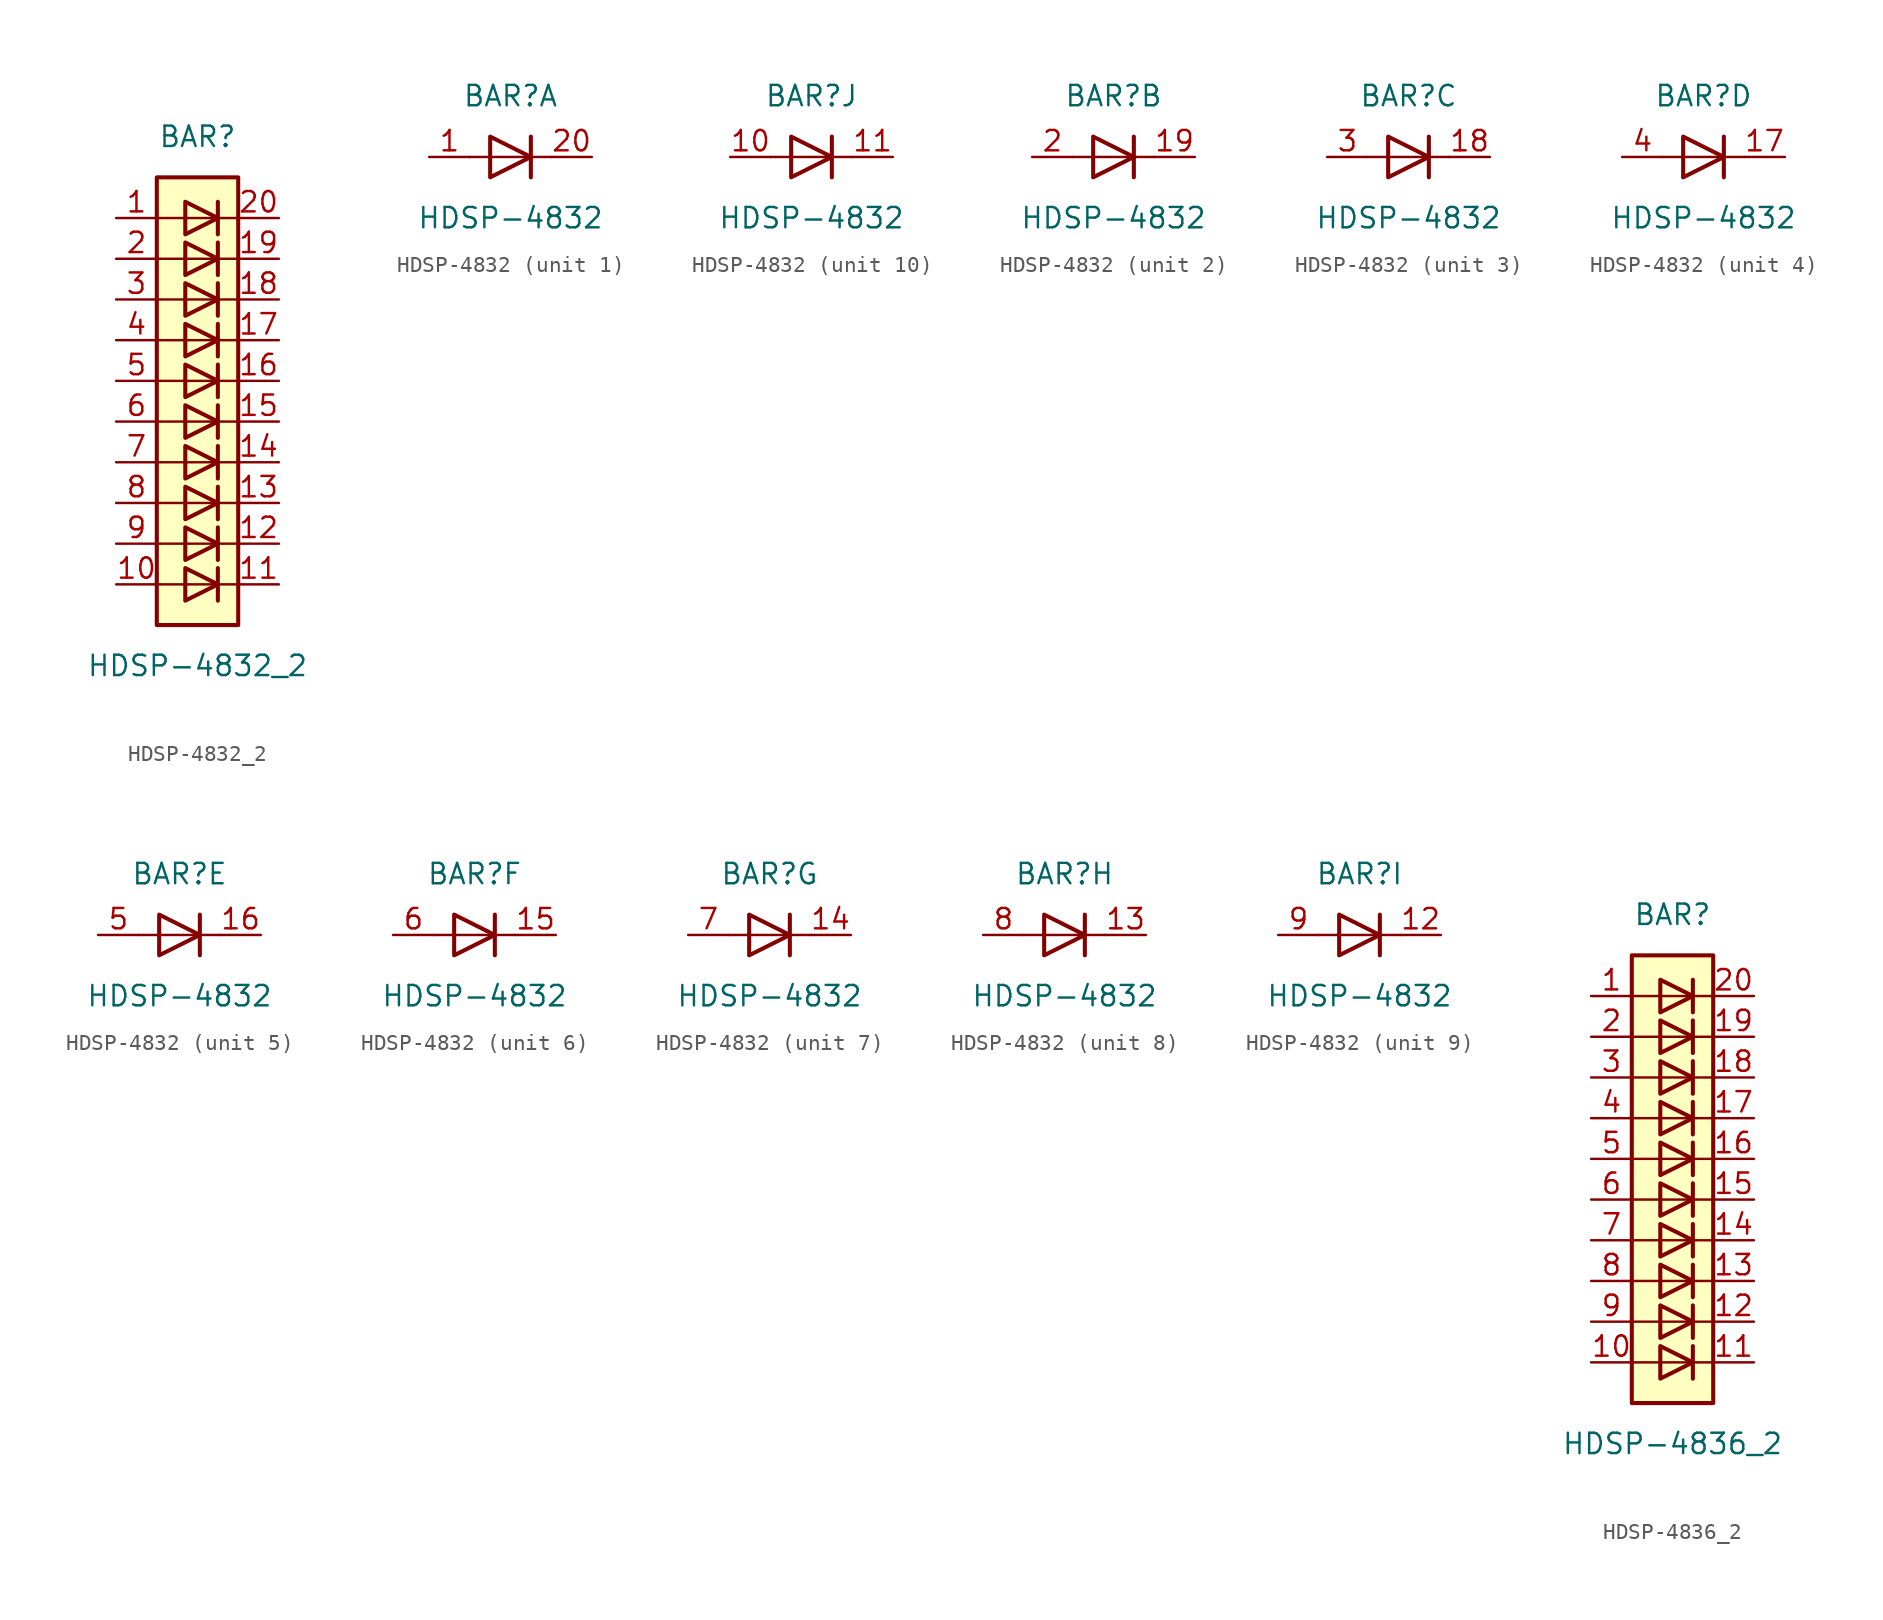
<source format=kicad_sym>
(kicad_symbol_lib
  (version 20241209)
  (generator "kicad_symbol_editor")
  (generator_version "9.0")
  (symbol "HDSP-4832_2"
    (pin_names
      (offset 1.016)
      (hide yes))
    (property "Reference" "BAR"
      (at 0 15.24 0)
      (effects (font (size 1.27 1.27))))
    (property "Value" "HDSP-4832_2"
      (at 0 -17.78 0)
      (effects (font (size 1.27 1.27))))
    (symbol "HDSP-4832_2_0_1"
      (rectangle (start -2.54 12.7) (end 2.54 -15.24) (stroke (width 0.254) (type default)) (fill (type background)))
      (polyline (pts (xy -2.54 10.16) (xy 2.54 10.16)) (stroke (width 0) (type default)) (fill (type none)))
      (polyline (pts (xy -2.54 7.62) (xy 2.54 7.62)) (stroke (width 0) (type default)) (fill (type none)))
      (polyline (pts (xy -2.54 5.08) (xy 2.54 5.08)) (stroke (width 0) (type default)) (fill (type none)))
      (polyline (pts (xy -2.54 0) (xy 2.54 0)) (stroke (width 0) (type default)) (fill (type none)))
      (polyline (pts (xy -2.54 -5.08) (xy 2.54 -5.08)) (stroke (width 0) (type default)) (fill (type none)))
      (polyline (pts (xy -2.54 -7.62) (xy 2.54 -7.62)) (stroke (width 0) (type default)) (fill (type none)))
      (polyline (pts (xy -2.54 -10.16) (xy 2.54 -10.16)) (stroke (width 0) (type default)) (fill (type none)))
      (polyline (pts (xy -2.54 -12.7) (xy 2.54 -12.7)) (stroke (width 0) (type default)) (fill (type none)))
      (polyline (pts (xy -0.762 11.176) (xy -0.762 9.144) (xy 1.27 10.16) (xy -0.762 11.176)) (stroke (width 0.254) (type default)) (fill (type none)))
      (polyline (pts (xy -0.762 8.636) (xy -0.762 6.604) (xy 1.27 7.62) (xy -0.762 8.636)) (stroke (width 0.254) (type default)) (fill (type none)))
      (polyline (pts (xy -0.762 6.096) (xy -0.762 4.064) (xy 1.27 5.08) (xy -0.762 6.096)) (stroke (width 0.254) (type default)) (fill (type none)))
      (polyline (pts (xy -0.762 3.556) (xy -0.762 1.524) (xy 1.27 2.54) (xy -0.762 3.556)) (stroke (width 0.254) (type default)) (fill (type none)))
      (polyline (pts (xy -0.762 1.016) (xy -0.762 -1.016) (xy 1.27 0) (xy -0.762 1.016)) (stroke (width 0.254) (type default)) (fill (type none)))
      (polyline (pts (xy -0.762 -1.524) (xy -0.762 -3.556) (xy 1.27 -2.54) (xy -0.762 -1.524)) (stroke (width 0.254) (type default)) (fill (type none)))
      (polyline (pts (xy -0.762 -4.064) (xy -0.762 -6.096) (xy 1.27 -5.08) (xy -0.762 -4.064)) (stroke (width 0.254) (type default)) (fill (type none)))
      (polyline (pts (xy -0.762 -6.604) (xy -0.762 -8.636) (xy 1.27 -7.62) (xy -0.762 -6.604)) (stroke (width 0.254) (type default)) (fill (type none)))
      (polyline (pts (xy -0.762 -9.144) (xy -0.762 -11.176) (xy 1.27 -10.16) (xy -0.762 -9.144)) (stroke (width 0.254) (type default)) (fill (type none)))
      (polyline (pts (xy -0.762 -11.684) (xy -0.762 -13.716) (xy 1.27 -12.7) (xy -0.762 -11.684)) (stroke (width 0.254) (type default)) (fill (type none)))
      (polyline (pts (xy 1.27 11.176) (xy 1.27 9.144)) (stroke (width 0.254) (type default)) (fill (type none)))
      (polyline (pts (xy 1.27 8.636) (xy 1.27 6.604)) (stroke (width 0.254) (type default)) (fill (type none)))
      (polyline (pts (xy 1.27 6.096) (xy 1.27 4.064)) (stroke (width 0.254) (type default)) (fill (type none)))
      (polyline (pts (xy 1.27 3.556) (xy 1.27 1.524)) (stroke (width 0.254) (type default)) (fill (type none)))
      (polyline (pts (xy 1.27 1.016) (xy 1.27 -1.016)) (stroke (width 0.254) (type default)) (fill (type none)))
      (polyline (pts (xy 1.27 -1.524) (xy 1.27 -3.556)) (stroke (width 0.254) (type default)) (fill (type none)))
      (polyline (pts (xy 1.27 -4.064) (xy 1.27 -6.096)) (stroke (width 0.254) (type default)) (fill (type none)))
      (polyline (pts (xy 1.27 -6.604) (xy 1.27 -8.636)) (stroke (width 0.254) (type default)) (fill (type none)))
      (polyline (pts (xy 1.27 -9.144) (xy 1.27 -11.176)) (stroke (width 0.254) (type default)) (fill (type none)))
      (polyline (pts (xy 1.27 -11.684) (xy 1.27 -13.716)) (stroke (width 0.254) (type default)) (fill (type none)))
      (polyline (pts (xy 2.54 2.54) (xy -2.54 2.54)) (stroke (width 0) (type default)) (fill (type none)))
      (polyline (pts (xy 2.54 -2.54) (xy -2.54 -2.54)) (stroke (width 0) (type default)) (fill (type none))))
    (symbol "HDSP-4832_2_1_1"
      (pin passive line (at -5.08 10.16 0) (length 2.54) (name "A" (effects (font (size 1.27 1.27)))) (number "1" (effects (font (size 1.27 1.27)))))
      (pin passive line (at -5.08 7.62 0) (length 2.54) (name "A" (effects (font (size 1.27 1.27)))) (number "2" (effects (font (size 1.27 1.27)))))
      (pin passive line (at -5.08 5.08 0) (length 2.54) (name "A" (effects (font (size 1.27 1.27)))) (number "3" (effects (font (size 1.27 1.27)))))
      (pin passive line (at -5.08 2.54 0) (length 2.54) (name "A" (effects (font (size 1.27 1.27)))) (number "4" (effects (font (size 1.27 1.27)))))
      (pin passive line (at -5.08 0 0) (length 2.54) (name "A" (effects (font (size 1.27 1.27)))) (number "5" (effects (font (size 1.27 1.27)))))
      (pin passive line (at -5.08 -2.54 0) (length 2.54) (name "A" (effects (font (size 1.27 1.27)))) (number "6" (effects (font (size 1.27 1.27)))))
      (pin passive line (at -5.08 -5.08 0) (length 2.54) (name "A" (effects (font (size 1.27 1.27)))) (number "7" (effects (font (size 1.27 1.27)))))
      (pin passive line (at -5.08 -7.62 0) (length 2.54) (name "A" (effects (font (size 1.27 1.27)))) (number "8" (effects (font (size 1.27 1.27)))))
      (pin passive line (at -5.08 -10.16 0) (length 2.54) (name "A" (effects (font (size 1.27 1.27)))) (number "9" (effects (font (size 1.27 1.27)))))
      (pin passive line (at -5.08 -12.7 0) (length 2.54) (name "A" (effects (font (size 1.27 1.27)))) (number "10" (effects (font (size 1.27 1.27)))))
      (pin passive line (at 5.08 10.16 180) (length 2.54) (name "K" (effects (font (size 1.27 1.27)))) (number "20" (effects (font (size 1.27 1.27)))))
      (pin passive line (at 5.08 7.62 180) (length 2.54) (name "K" (effects (font (size 1.27 1.27)))) (number "19" (effects (font (size 1.27 1.27)))))
      (pin passive line (at 5.08 5.08 180) (length 2.54) (name "K" (effects (font (size 1.27 1.27)))) (number "18" (effects (font (size 1.27 1.27)))))
      (pin passive line (at 5.08 2.54 180) (length 2.54) (name "K" (effects (font (size 1.27 1.27)))) (number "17" (effects (font (size 1.27 1.27)))))
      (pin passive line (at 5.08 0 180) (length 2.54) (name "K" (effects (font (size 1.27 1.27)))) (number "16" (effects (font (size 1.27 1.27)))))
      (pin passive line (at 5.08 -2.54 180) (length 2.54) (name "K" (effects (font (size 1.27 1.27)))) (number "15" (effects (font (size 1.27 1.27)))))
      (pin passive line (at 5.08 -5.08 180) (length 2.54) (name "K" (effects (font (size 1.27 1.27)))) (number "14" (effects (font (size 1.27 1.27)))))
      (pin passive line (at 5.08 -7.62 180) (length 2.54) (name "K" (effects (font (size 1.27 1.27)))) (number "13" (effects (font (size 1.27 1.27)))))
      (pin passive line (at 5.08 -10.16 180) (length 2.54) (name "K" (effects (font (size 1.27 1.27)))) (number "12" (effects (font (size 1.27 1.27)))))
      (pin passive line (at 5.08 -12.7 180) (length 2.54) (name "K" (effects (font (size 1.27 1.27)))) (number "11" (effects (font (size 1.27 1.27)))))))
  (symbol "HDSP-4832"
    (pin_names
      (offset 1.016)
      (hide yes))
    (property "Reference" "BAR"
      (at 0 3.81 0)
      (effects (font (size 1.27 1.27))))
    (property "Value" "HDSP-4832"
      (at 0 -3.81 0)
      (effects (font (size 1.27 1.27))))
    (symbol "HDSP-4832_0_1"
      (polyline (pts (xy -2.54 0) (xy 2.54 0)) (stroke (width 0) (type default)) (fill (type none)))
      (polyline (pts (xy -1.27 1.27) (xy -1.27 -1.27) (xy 1.27 0) (xy -1.27 1.27)) (stroke (width 0.254) (type default)) (fill (type none)))
      (polyline (pts (xy 1.27 -1.27) (xy 1.27 1.27)) (stroke (width 0.254) (type default)) (fill (type none))))
    (symbol "HDSP-4832_1_1"
      (pin passive line (at -5.08 0 0) (length 2.54) (name "A" (effects (font (size 1.27 1.27)))) (number "1" (effects (font (size 1.27 1.27)))))
      (pin passive line (at 5.08 0 180) (length 2.54) (name "K" (effects (font (size 1.27 1.27)))) (number "20" (effects (font (size 1.27 1.27))))))
    (symbol "HDSP-4832_2_1"
      (pin passive line (at -5.08 0 0) (length 2.54) (name "A" (effects (font (size 1.27 1.27)))) (number "2" (effects (font (size 1.27 1.27)))))
      (pin passive line (at 5.08 0 180) (length 2.54) (name "K" (effects (font (size 1.27 1.27)))) (number "19" (effects (font (size 1.27 1.27))))))
    (symbol "HDSP-4832_3_1"
      (pin passive line (at -5.08 0 0) (length 2.54) (name "A" (effects (font (size 1.27 1.27)))) (number "3" (effects (font (size 1.27 1.27)))))
      (pin passive line (at 5.08 0 180) (length 2.54) (name "K" (effects (font (size 1.27 1.27)))) (number "18" (effects (font (size 1.27 1.27))))))
    (symbol "HDSP-4832_4_1"
      (pin passive line (at -5.08 0 0) (length 2.54) (name "A" (effects (font (size 1.27 1.27)))) (number "4" (effects (font (size 1.27 1.27)))))
      (pin passive line (at 5.08 0 180) (length 2.54) (name "K" (effects (font (size 1.27 1.27)))) (number "17" (effects (font (size 1.27 1.27))))))
    (symbol "HDSP-4832_5_1"
      (pin passive line (at -5.08 0 0) (length 2.54) (name "A" (effects (font (size 1.27 1.27)))) (number "5" (effects (font (size 1.27 1.27)))))
      (pin passive line (at 5.08 0 180) (length 2.54) (name "K" (effects (font (size 1.27 1.27)))) (number "16" (effects (font (size 1.27 1.27))))))
    (symbol "HDSP-4832_6_1"
      (pin passive line (at -5.08 0 0) (length 2.54) (name "A" (effects (font (size 1.27 1.27)))) (number "6" (effects (font (size 1.27 1.27)))))
      (pin passive line (at 5.08 0 180) (length 2.54) (name "K" (effects (font (size 1.27 1.27)))) (number "15" (effects (font (size 1.27 1.27))))))
    (symbol "HDSP-4832_7_1"
      (pin passive line (at -5.08 0 0) (length 2.54) (name "A" (effects (font (size 1.27 1.27)))) (number "7" (effects (font (size 1.27 1.27)))))
      (pin passive line (at 5.08 0 180) (length 2.54) (name "K" (effects (font (size 1.27 1.27)))) (number "14" (effects (font (size 1.27 1.27))))))
    (symbol "HDSP-4832_8_1"
      (pin passive line (at -5.08 0 0) (length 2.54) (name "A" (effects (font (size 1.27 1.27)))) (number "8" (effects (font (size 1.27 1.27)))))
      (pin passive line (at 5.08 0 180) (length 2.54) (name "K" (effects (font (size 1.27 1.27)))) (number "13" (effects (font (size 1.27 1.27))))))
    (symbol "HDSP-4832_9_1"
      (pin passive line (at -5.08 0 0) (length 2.54) (name "A" (effects (font (size 1.27 1.27)))) (number "9" (effects (font (size 1.27 1.27)))))
      (pin passive line (at 5.08 0 180) (length 2.54) (name "K" (effects (font (size 1.27 1.27)))) (number "12" (effects (font (size 1.27 1.27))))))
    (symbol "HDSP-4832_10_1"
      (pin passive line (at -5.08 0 0) (length 2.54) (name "A" (effects (font (size 1.27 1.27)))) (number "10" (effects (font (size 1.27 1.27)))))
      (pin passive line (at 5.08 0 180) (length 2.54) (name "K" (effects (font (size 1.27 1.27)))) (number "11" (effects (font (size 1.27 1.27)))))))
  (symbol "HDSP-4836_2"
    (pin_names
      (offset 1.016)
      (hide yes))
    (property "Reference" "BAR"
      (at 0 15.24 0)
      (effects (font (size 1.27 1.27))))
    (property "Value" "HDSP-4836_2"
      (at 0 -17.78 0)
      (effects (font (size 1.27 1.27))))
    (symbol "HDSP-4836_2_0_1"
      (rectangle (start -2.54 12.7) (end 2.54 -15.24) (stroke (width 0.254) (type default)) (fill (type background)))
      (polyline (pts (xy -2.54 10.16) (xy 2.54 10.16)) (stroke (width 0) (type default)) (fill (type none)))
      (polyline (pts (xy -2.54 7.62) (xy 2.54 7.62)) (stroke (width 0) (type default)) (fill (type none)))
      (polyline (pts (xy -2.54 5.08) (xy 2.54 5.08)) (stroke (width 0) (type default)) (fill (type none)))
      (polyline (pts (xy -2.54 0) (xy 2.54 0)) (stroke (width 0) (type default)) (fill (type none)))
      (polyline (pts (xy -2.54 -5.08) (xy 2.54 -5.08)) (stroke (width 0) (type default)) (fill (type none)))
      (polyline (pts (xy -2.54 -7.62) (xy 2.54 -7.62)) (stroke (width 0) (type default)) (fill (type none)))
      (polyline (pts (xy -2.54 -10.16) (xy 2.54 -10.16)) (stroke (width 0) (type default)) (fill (type none)))
      (polyline (pts (xy -2.54 -12.7) (xy 2.54 -12.7)) (stroke (width 0) (type default)) (fill (type none)))
      (polyline (pts (xy -0.762 11.176) (xy -0.762 9.144) (xy 1.27 10.16) (xy -0.762 11.176)) (stroke (width 0.254) (type default)) (fill (type none)))
      (polyline (pts (xy -0.762 8.636) (xy -0.762 6.604) (xy 1.27 7.62) (xy -0.762 8.636)) (stroke (width 0.254) (type default)) (fill (type none)))
      (polyline (pts (xy -0.762 6.096) (xy -0.762 4.064) (xy 1.27 5.08) (xy -0.762 6.096)) (stroke (width 0.254) (type default)) (fill (type none)))
      (polyline (pts (xy -0.762 3.556) (xy -0.762 1.524) (xy 1.27 2.54) (xy -0.762 3.556)) (stroke (width 0.254) (type default)) (fill (type none)))
      (polyline (pts (xy -0.762 1.016) (xy -0.762 -1.016) (xy 1.27 0) (xy -0.762 1.016)) (stroke (width 0.254) (type default)) (fill (type none)))
      (polyline (pts (xy -0.762 -1.524) (xy -0.762 -3.556) (xy 1.27 -2.54) (xy -0.762 -1.524)) (stroke (width 0.254) (type default)) (fill (type none)))
      (polyline (pts (xy -0.762 -4.064) (xy -0.762 -6.096) (xy 1.27 -5.08) (xy -0.762 -4.064)) (stroke (width 0.254) (type default)) (fill (type none)))
      (polyline (pts (xy -0.762 -6.604) (xy -0.762 -8.636) (xy 1.27 -7.62) (xy -0.762 -6.604)) (stroke (width 0.254) (type default)) (fill (type none)))
      (polyline (pts (xy -0.762 -9.144) (xy -0.762 -11.176) (xy 1.27 -10.16) (xy -0.762 -9.144)) (stroke (width 0.254) (type default)) (fill (type none)))
      (polyline (pts (xy -0.762 -11.684) (xy -0.762 -13.716) (xy 1.27 -12.7) (xy -0.762 -11.684)) (stroke (width 0.254) (type default)) (fill (type none)))
      (polyline (pts (xy 1.27 11.176) (xy 1.27 9.144)) (stroke (width 0.254) (type default)) (fill (type none)))
      (polyline (pts (xy 1.27 8.636) (xy 1.27 6.604)) (stroke (width 0.254) (type default)) (fill (type none)))
      (polyline (pts (xy 1.27 6.096) (xy 1.27 4.064)) (stroke (width 0.254) (type default)) (fill (type none)))
      (polyline (pts (xy 1.27 3.556) (xy 1.27 1.524)) (stroke (width 0.254) (type default)) (fill (type none)))
      (polyline (pts (xy 1.27 1.016) (xy 1.27 -1.016)) (stroke (width 0.254) (type default)) (fill (type none)))
      (polyline (pts (xy 1.27 -1.524) (xy 1.27 -3.556)) (stroke (width 0.254) (type default)) (fill (type none)))
      (polyline (pts (xy 1.27 -4.064) (xy 1.27 -6.096)) (stroke (width 0.254) (type default)) (fill (type none)))
      (polyline (pts (xy 1.27 -6.604) (xy 1.27 -8.636)) (stroke (width 0.254) (type default)) (fill (type none)))
      (polyline (pts (xy 1.27 -9.144) (xy 1.27 -11.176)) (stroke (width 0.254) (type default)) (fill (type none)))
      (polyline (pts (xy 1.27 -11.684) (xy 1.27 -13.716)) (stroke (width 0.254) (type default)) (fill (type none)))
      (polyline (pts (xy 2.54 2.54) (xy -2.54 2.54)) (stroke (width 0) (type default)) (fill (type none)))
      (polyline (pts (xy 2.54 -2.54) (xy -2.54 -2.54)) (stroke (width 0) (type default)) (fill (type none))))
    (symbol "HDSP-4836_2_1_1"
      (pin passive line (at -5.08 10.16 0) (length 2.54) (name "A" (effects (font (size 1.27 1.27)))) (number "1" (effects (font (size 1.27 1.27)))))
      (pin passive line (at -5.08 7.62 0) (length 2.54) (name "A" (effects (font (size 1.27 1.27)))) (number "2" (effects (font (size 1.27 1.27)))))
      (pin passive line (at -5.08 5.08 0) (length 2.54) (name "A" (effects (font (size 1.27 1.27)))) (number "3" (effects (font (size 1.27 1.27)))))
      (pin passive line (at -5.08 2.54 0) (length 2.54) (name "A" (effects (font (size 1.27 1.27)))) (number "4" (effects (font (size 1.27 1.27)))))
      (pin passive line (at -5.08 0 0) (length 2.54) (name "A" (effects (font (size 1.27 1.27)))) (number "5" (effects (font (size 1.27 1.27)))))
      (pin passive line (at -5.08 -2.54 0) (length 2.54) (name "A" (effects (font (size 1.27 1.27)))) (number "6" (effects (font (size 1.27 1.27)))))
      (pin passive line (at -5.08 -5.08 0) (length 2.54) (name "A" (effects (font (size 1.27 1.27)))) (number "7" (effects (font (size 1.27 1.27)))))
      (pin passive line (at -5.08 -7.62 0) (length 2.54) (name "A" (effects (font (size 1.27 1.27)))) (number "8" (effects (font (size 1.27 1.27)))))
      (pin passive line (at -5.08 -10.16 0) (length 2.54) (name "A" (effects (font (size 1.27 1.27)))) (number "9" (effects (font (size 1.27 1.27)))))
      (pin passive line (at -5.08 -12.7 0) (length 2.54) (name "A" (effects (font (size 1.27 1.27)))) (number "10" (effects (font (size 1.27 1.27)))))
      (pin passive line (at 5.08 10.16 180) (length 2.54) (name "K" (effects (font (size 1.27 1.27)))) (number "20" (effects (font (size 1.27 1.27)))))
      (pin passive line (at 5.08 7.62 180) (length 2.54) (name "K" (effects (font (size 1.27 1.27)))) (number "19" (effects (font (size 1.27 1.27)))))
      (pin passive line (at 5.08 5.08 180) (length 2.54) (name "K" (effects (font (size 1.27 1.27)))) (number "18" (effects (font (size 1.27 1.27)))))
      (pin passive line (at 5.08 2.54 180) (length 2.54) (name "K" (effects (font (size 1.27 1.27)))) (number "17" (effects (font (size 1.27 1.27)))))
      (pin passive line (at 5.08 0 180) (length 2.54) (name "K" (effects (font (size 1.27 1.27)))) (number "16" (effects (font (size 1.27 1.27)))))
      (pin passive line (at 5.08 -2.54 180) (length 2.54) (name "K" (effects (font (size 1.27 1.27)))) (number "15" (effects (font (size 1.27 1.27)))))
      (pin passive line (at 5.08 -5.08 180) (length 2.54) (name "K" (effects (font (size 1.27 1.27)))) (number "14" (effects (font (size 1.27 1.27)))))
      (pin passive line (at 5.08 -7.62 180) (length 2.54) (name "K" (effects (font (size 1.27 1.27)))) (number "13" (effects (font (size 1.27 1.27)))))
      (pin passive line (at 5.08 -10.16 180) (length 2.54) (name "K" (effects (font (size 1.27 1.27)))) (number "12" (effects (font (size 1.27 1.27)))))
      (pin passive line (at 5.08 -12.7 180) (length 2.54) (name "K" (effects (font (size 1.27 1.27)))) (number "11" (effects (font (size 1.27 1.27))))))))
</source>
